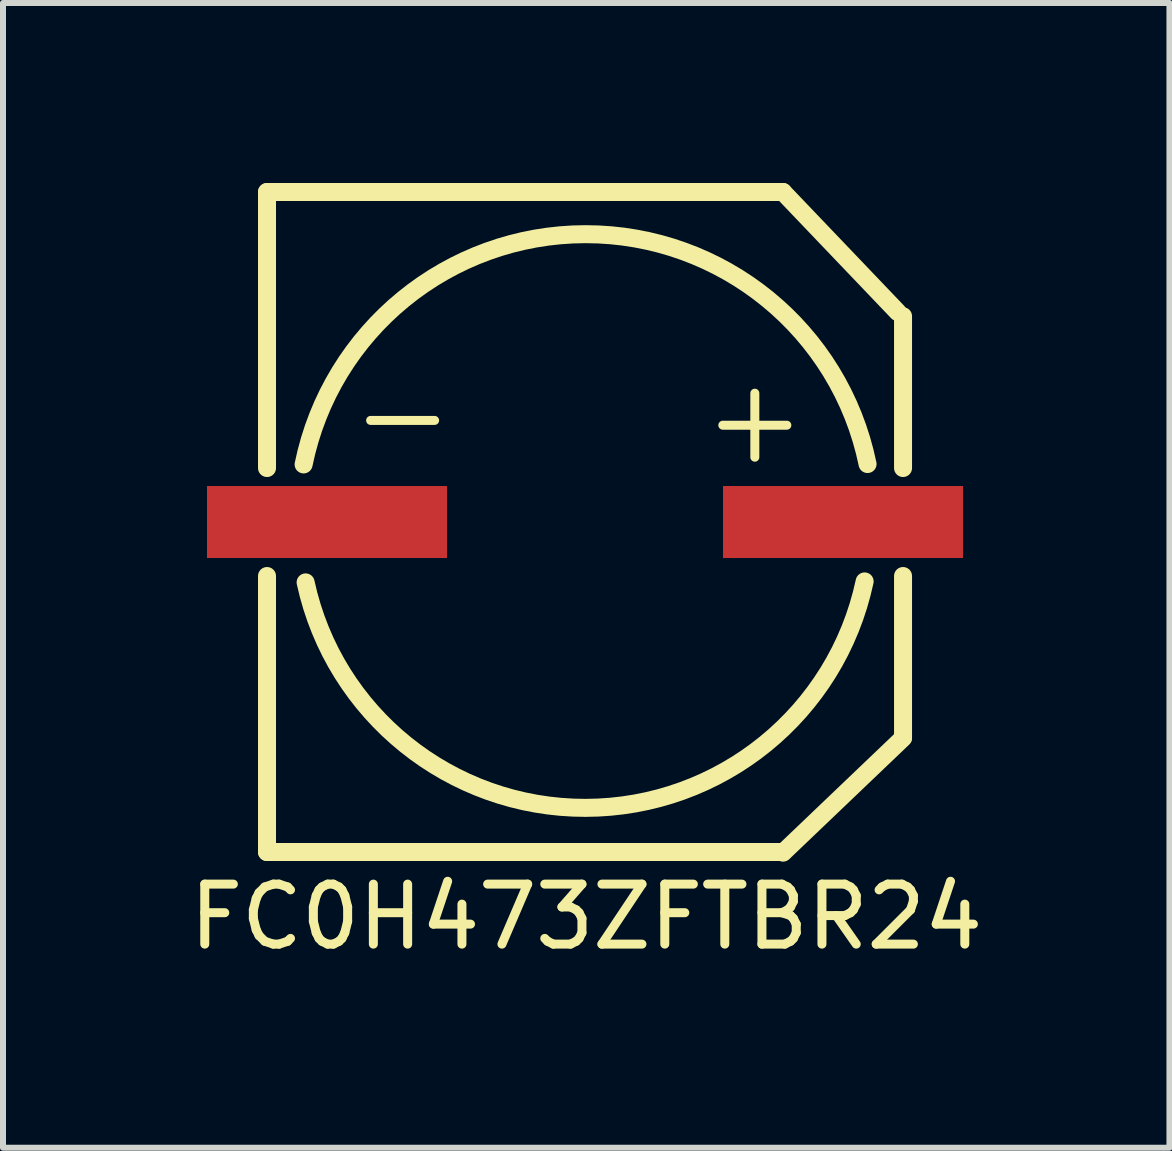
<source format=kicad_pcb>
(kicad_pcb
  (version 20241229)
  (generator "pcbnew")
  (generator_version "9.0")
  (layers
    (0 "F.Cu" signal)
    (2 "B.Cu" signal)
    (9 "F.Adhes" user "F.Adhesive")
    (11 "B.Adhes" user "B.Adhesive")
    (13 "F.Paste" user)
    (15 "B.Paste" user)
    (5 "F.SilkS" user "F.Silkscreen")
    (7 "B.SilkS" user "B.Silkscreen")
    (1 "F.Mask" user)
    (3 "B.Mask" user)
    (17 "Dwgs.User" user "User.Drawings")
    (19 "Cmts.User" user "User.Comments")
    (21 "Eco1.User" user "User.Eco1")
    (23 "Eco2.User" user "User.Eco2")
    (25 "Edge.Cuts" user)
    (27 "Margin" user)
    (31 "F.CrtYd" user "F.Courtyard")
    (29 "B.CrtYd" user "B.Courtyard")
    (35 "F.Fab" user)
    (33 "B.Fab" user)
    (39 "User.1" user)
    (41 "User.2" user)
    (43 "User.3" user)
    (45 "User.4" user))
  (footprint "FC0H473ZFTBR24"
    (layer "F.Cu")
    (at 6.7 5.65)
    (property "Reference" "FC0H473ZFTBR24" (at 0.02 6.58 0) (layer "F.SilkS") (effects (font (size 1 1) (thickness 0.15))))
    (attr through_hole)
    (fp_line (start -5.3 -5.5) (end -5.3 -0.9) (stroke (width 0.3) (type solid)) (layer "F.SilkS"))
    (fp_line (start -5.3 -5.5) (end 3.3 -5.5) (stroke (width 0.3) (type solid)) (layer "F.SilkS"))
    (fp_line (start -5.3 0.9) (end -5.3 5.5) (stroke (width 0.3) (type solid)) (layer "F.SilkS"))
    (fp_line (start -5.3 5.5) (end 3.3 5.5) (stroke (width 0.3) (type solid)) (layer "F.SilkS"))
    (fp_line (start 3.3 5.51) (end 5.3 3.6) (stroke (width 0.3) (type solid)) (layer "F.SilkS"))
    (fp_line (start 5.21 -3.5) (end 3.3 -5.5) (stroke (width 0.3) (type solid)) (layer "F.SilkS"))
    (fp_line (start 5.3 -3.43) (end 5.3 -0.9) (stroke (width 0.3) (type solid)) (layer "F.SilkS"))
    (fp_line (start 5.3 0.9) (end 5.3 3.59) (stroke (width 0.3) (type solid)) (layer "F.SilkS"))
    (fp_arc (start -4.69 -0.96) (mid 0.006699 -4.79704) (end 4.708674 -0.966467) (stroke (width 0.3) (type solid)) (layer "F.SilkS"))
    (fp_arc (start 4.66 0.99) (mid 0.008325 4.763993) (end -4.656512 1.00628) (stroke (width 0.3) (type solid)) (layer "F.SilkS"))
    (fp_text user "-" (at -3.04 -1.8 0) (layer "F.SilkS") (effects (font (size 1.4 1.4) (thickness 0.15))))
    (fp_text user "+" (at 2.83 -1.72 0) (layer "F.SilkS") (effects (font (size 1.4 1.4) (thickness 0.15))))
    (pad "1" smd rect (at 4.3 0) (size 4 1.2) (layers "F.Cu" "F.Mask" "F.Paste"))
    (pad "2" smd rect (at -4.3 0) (size 4 1.2) (layers "F.Cu" "F.Mask" "F.Paste")))
  (gr_rect
    (start -3 -3)
    (end 16.44 16.078)
    (stroke (width 0.1) (type default))
    (fill no)
    (layer "Edge.Cuts")))
</source>
